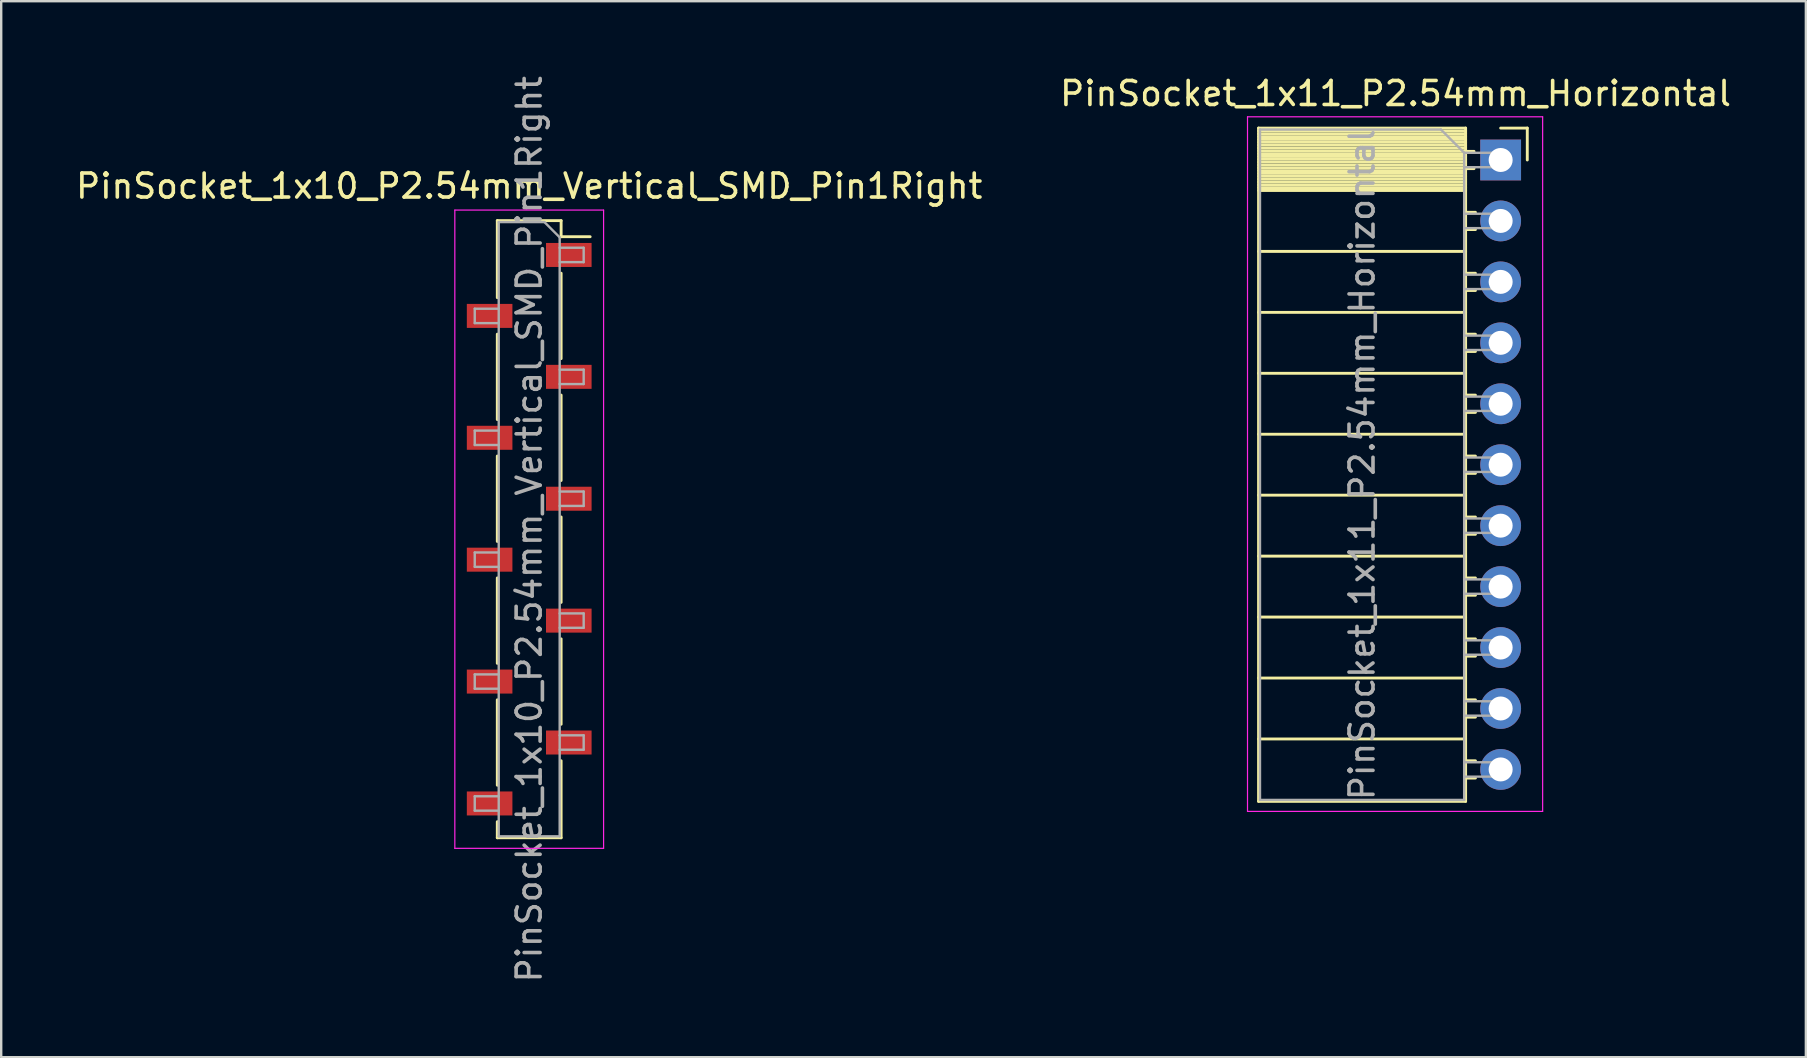
<source format=kicad_pcb>
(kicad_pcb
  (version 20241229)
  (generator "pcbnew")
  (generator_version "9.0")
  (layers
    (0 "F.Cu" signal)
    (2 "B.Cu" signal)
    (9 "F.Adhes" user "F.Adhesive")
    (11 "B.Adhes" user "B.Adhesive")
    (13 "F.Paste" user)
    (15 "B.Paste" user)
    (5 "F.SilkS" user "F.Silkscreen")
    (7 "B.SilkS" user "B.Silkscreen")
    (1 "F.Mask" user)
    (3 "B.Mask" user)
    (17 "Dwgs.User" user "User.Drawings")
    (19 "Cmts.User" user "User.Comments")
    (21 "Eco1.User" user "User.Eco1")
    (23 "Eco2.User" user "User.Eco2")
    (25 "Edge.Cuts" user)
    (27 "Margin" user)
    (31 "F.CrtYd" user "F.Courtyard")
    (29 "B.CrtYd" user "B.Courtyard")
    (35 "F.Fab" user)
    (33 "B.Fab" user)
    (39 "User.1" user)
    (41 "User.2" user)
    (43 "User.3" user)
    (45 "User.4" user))
  (footprint "PinSocket_1x10_P2.54mm_Vertical_SMD_Pin1Right"
    (layer "F.Cu")
    (at 19.006 19.006)
    (property "Reference" "PinSocket_1x10_P2.54mm_Vertical_SMD_Pin1Right" (at 0 -14.3 0) (layer "F.SilkS") (effects (font (size 1 1) (thickness 0.15))))
    (attr smd)
    (fp_line (start -1.33 -12.86) (end -1.33 -9.65) (stroke (width 0.12) (type solid)) (layer "F.SilkS"))
    (fp_line (start -1.33 -12.86) (end 1.33 -12.86) (stroke (width 0.12) (type solid)) (layer "F.SilkS"))
    (fp_line (start -1.33 -8.13) (end -1.33 -4.57) (stroke (width 0.12) (type solid)) (layer "F.SilkS"))
    (fp_line (start -1.33 -3.05) (end -1.33 0.51) (stroke (width 0.12) (type solid)) (layer "F.SilkS"))
    (fp_line (start -1.33 2.03) (end -1.33 5.59) (stroke (width 0.12) (type solid)) (layer "F.SilkS"))
    (fp_line (start -1.33 7.11) (end -1.33 10.67) (stroke (width 0.12) (type solid)) (layer "F.SilkS"))
    (fp_line (start -1.33 12.19) (end -1.33 12.86) (stroke (width 0.12) (type solid)) (layer "F.SilkS"))
    (fp_line (start -1.33 12.86) (end 1.33 12.86) (stroke (width 0.12) (type solid)) (layer "F.SilkS"))
    (fp_line (start 1.33 -12.86) (end 1.33 -12.19) (stroke (width 0.12) (type solid)) (layer "F.SilkS"))
    (fp_line (start 1.33 -12.19) (end 2.54 -12.19) (stroke (width 0.12) (type solid)) (layer "F.SilkS"))
    (fp_line (start 1.33 -10.67) (end 1.33 -7.11) (stroke (width 0.12) (type solid)) (layer "F.SilkS"))
    (fp_line (start 1.33 -5.59) (end 1.33 -2.03) (stroke (width 0.12) (type solid)) (layer "F.SilkS"))
    (fp_line (start 1.33 -0.51) (end 1.33 3.05) (stroke (width 0.12) (type solid)) (layer "F.SilkS"))
    (fp_line (start 1.33 4.57) (end 1.33 8.13) (stroke (width 0.12) (type solid)) (layer "F.SilkS"))
    (fp_line (start 1.33 9.65) (end 1.33 12.86) (stroke (width 0.12) (type solid)) (layer "F.SilkS"))
    (fp_line (start -3.1 -13.3) (end 3.1 -13.3) (stroke (width 0.05) (type solid)) (layer "F.CrtYd"))
    (fp_line (start -3.1 13.3) (end -3.1 -13.3) (stroke (width 0.05) (type solid)) (layer "F.CrtYd"))
    (fp_line (start 3.1 -13.3) (end 3.1 13.3) (stroke (width 0.05) (type solid)) (layer "F.CrtYd"))
    (fp_line (start 3.1 13.3) (end -3.1 13.3) (stroke (width 0.05) (type solid)) (layer "F.CrtYd"))
    (fp_line (start -2.27 -9.19) (end -1.27 -9.19) (stroke (width 0.1) (type solid)) (layer "F.Fab"))
    (fp_line (start -2.27 -8.59) (end -2.27 -9.19) (stroke (width 0.1) (type solid)) (layer "F.Fab"))
    (fp_line (start -2.27 -4.11) (end -1.27 -4.11) (stroke (width 0.1) (type solid)) (layer "F.Fab"))
    (fp_line (start -2.27 -3.51) (end -2.27 -4.11) (stroke (width 0.1) (type solid)) (layer "F.Fab"))
    (fp_line (start -2.27 0.97) (end -1.27 0.97) (stroke (width 0.1) (type solid)) (layer "F.Fab"))
    (fp_line (start -2.27 1.57) (end -2.27 0.97) (stroke (width 0.1) (type solid)) (layer "F.Fab"))
    (fp_line (start -2.27 6.05) (end -1.27 6.05) (stroke (width 0.1) (type solid)) (layer "F.Fab"))
    (fp_line (start -2.27 6.65) (end -2.27 6.05) (stroke (width 0.1) (type solid)) (layer "F.Fab"))
    (fp_line (start -2.27 11.13) (end -1.27 11.13) (stroke (width 0.1) (type solid)) (layer "F.Fab"))
    (fp_line (start -2.27 11.73) (end -2.27 11.13) (stroke (width 0.1) (type solid)) (layer "F.Fab"))
    (fp_line (start -1.27 -12.8) (end 0.635 -12.8) (stroke (width 0.1) (type solid)) (layer "F.Fab"))
    (fp_line (start -1.27 -8.59) (end -2.27 -8.59) (stroke (width 0.1) (type solid)) (layer "F.Fab"))
    (fp_line (start -1.27 -3.51) (end -2.27 -3.51) (stroke (width 0.1) (type solid)) (layer "F.Fab"))
    (fp_line (start -1.27 1.57) (end -2.27 1.57) (stroke (width 0.1) (type solid)) (layer "F.Fab"))
    (fp_line (start -1.27 6.65) (end -2.27 6.65) (stroke (width 0.1) (type solid)) (layer "F.Fab"))
    (fp_line (start -1.27 11.73) (end -2.27 11.73) (stroke (width 0.1) (type solid)) (layer "F.Fab"))
    (fp_line (start -1.27 12.8) (end -1.27 -12.8) (stroke (width 0.1) (type solid)) (layer "F.Fab"))
    (fp_line (start 0.635 -12.8) (end 1.27 -12.165) (stroke (width 0.1) (type solid)) (layer "F.Fab"))
    (fp_line (start 1.27 -12.165) (end 1.27 12.8) (stroke (width 0.1) (type solid)) (layer "F.Fab"))
    (fp_line (start 1.27 -11.73) (end 2.27 -11.73) (stroke (width 0.1) (type solid)) (layer "F.Fab"))
    (fp_line (start 1.27 -6.65) (end 2.27 -6.65) (stroke (width 0.1) (type solid)) (layer "F.Fab"))
    (fp_line (start 1.27 -1.57) (end 2.27 -1.57) (stroke (width 0.1) (type solid)) (layer "F.Fab"))
    (fp_line (start 1.27 3.51) (end 2.27 3.51) (stroke (width 0.1) (type solid)) (layer "F.Fab"))
    (fp_line (start 1.27 8.59) (end 2.27 8.59) (stroke (width 0.1) (type solid)) (layer "F.Fab"))
    (fp_line (start 1.27 12.8) (end -1.27 12.8) (stroke (width 0.1) (type solid)) (layer "F.Fab"))
    (fp_line (start 2.27 -11.73) (end 2.27 -11.13) (stroke (width 0.1) (type solid)) (layer "F.Fab"))
    (fp_line (start 2.27 -11.13) (end 1.27 -11.13) (stroke (width 0.1) (type solid)) (layer "F.Fab"))
    (fp_line (start 2.27 -6.65) (end 2.27 -6.05) (stroke (width 0.1) (type solid)) (layer "F.Fab"))
    (fp_line (start 2.27 -6.05) (end 1.27 -6.05) (stroke (width 0.1) (type solid)) (layer "F.Fab"))
    (fp_line (start 2.27 -1.57) (end 2.27 -0.97) (stroke (width 0.1) (type solid)) (layer "F.Fab"))
    (fp_line (start 2.27 -0.97) (end 1.27 -0.97) (stroke (width 0.1) (type solid)) (layer "F.Fab"))
    (fp_line (start 2.27 3.51) (end 2.27 4.11) (stroke (width 0.1) (type solid)) (layer "F.Fab"))
    (fp_line (start 2.27 4.11) (end 1.27 4.11) (stroke (width 0.1) (type solid)) (layer "F.Fab"))
    (fp_line (start 2.27 8.59) (end 2.27 9.19) (stroke (width 0.1) (type solid)) (layer "F.Fab"))
    (fp_line (start 2.27 9.19) (end 1.27 9.19) (stroke (width 0.1) (type solid)) (layer "F.Fab"))
    (fp_text user "${REFERENCE}" (at 0 0 90) (layer "F.Fab") (effects (font (size 1 1) (thickness 0.15))))
    (pad "1" smd rect (at 1.65 -11.43) (size 1.9 1) (layers "F.Cu" "F.Mask" "F.Paste"))
    (pad "2" smd rect (at -1.65 -8.89) (size 1.9 1) (layers "F.Cu" "F.Mask" "F.Paste"))
    (pad "3" smd rect (at 1.65 -6.35) (size 1.9 1) (layers "F.Cu" "F.Mask" "F.Paste"))
    (pad "4" smd rect (at -1.65 -3.81) (size 1.9 1) (layers "F.Cu" "F.Mask" "F.Paste"))
    (pad "5" smd rect (at 1.65 -1.27) (size 1.9 1) (layers "F.Cu" "F.Mask" "F.Paste"))
    (pad "6" smd rect (at -1.65 1.27) (size 1.9 1) (layers "F.Cu" "F.Mask" "F.Paste"))
    (pad "7" smd rect (at 1.65 3.81) (size 1.9 1) (layers "F.Cu" "F.Mask" "F.Paste"))
    (pad "8" smd rect (at -1.65 6.35) (size 1.9 1) (layers "F.Cu" "F.Mask" "F.Paste"))
    (pad "9" smd rect (at 1.65 8.89) (size 1.9 1) (layers "F.Cu" "F.Mask" "F.Paste"))
    (pad "10" smd rect (at -1.65 11.43) (size 1.9 1) (layers "F.Cu" "F.Mask" "F.Paste")))
  (footprint "PinSocket_1x11_P2.54mm_Horizontal"
    (layer "F.Cu")
    (at 59.493 3.618)
    (property "Reference" "PinSocket_1x11_P2.54mm_Horizontal" (at -4.38 -2.77 0) (layer "F.SilkS") (effects (font (size 1 1) (thickness 0.15))))
    (attr through_hole)
    (fp_line (start -10.09 -1.33) (end -10.09 26.73) (stroke (width 0.12) (type solid)) (layer "F.SilkS"))
    (fp_line (start -10.09 -1.33) (end -1.46 -1.33) (stroke (width 0.12) (type solid)) (layer "F.SilkS"))
    (fp_line (start -10.09 -1.21) (end -1.46 -1.21) (stroke (width 0.12) (type solid)) (layer "F.SilkS"))
    (fp_line (start -10.09 -1.092) (end -1.46 -1.092) (stroke (width 0.12) (type solid)) (layer "F.SilkS"))
    (fp_line (start -10.09 -0.974) (end -1.46 -0.974) (stroke (width 0.12) (type solid)) (layer "F.SilkS"))
    (fp_line (start -10.09 -0.856) (end -1.46 -0.856) (stroke (width 0.12) (type solid)) (layer "F.SilkS"))
    (fp_line (start -10.09 -0.738) (end -1.46 -0.738) (stroke (width 0.12) (type solid)) (layer "F.SilkS"))
    (fp_line (start -10.09 -0.62) (end -1.46 -0.62) (stroke (width 0.12) (type solid)) (layer "F.SilkS"))
    (fp_line (start -10.09 -0.501) (end -1.46 -0.501) (stroke (width 0.12) (type solid)) (layer "F.SilkS"))
    (fp_line (start -10.09 -0.383) (end -1.46 -0.383) (stroke (width 0.12) (type solid)) (layer "F.SilkS"))
    (fp_line (start -10.09 -0.265) (end -1.46 -0.265) (stroke (width 0.12) (type solid)) (layer "F.SilkS"))
    (fp_line (start -10.09 -0.147) (end -1.46 -0.147) (stroke (width 0.12) (type solid)) (layer "F.SilkS"))
    (fp_line (start -10.09 -0.029) (end -1.46 -0.029) (stroke (width 0.12) (type solid)) (layer "F.SilkS"))
    (fp_line (start -10.09 0.089) (end -1.46 0.089) (stroke (width 0.12) (type solid)) (layer "F.SilkS"))
    (fp_line (start -10.09 0.207) (end -1.46 0.207) (stroke (width 0.12) (type solid)) (layer "F.SilkS"))
    (fp_line (start -10.09 0.325) (end -1.46 0.325) (stroke (width 0.12) (type solid)) (layer "F.SilkS"))
    (fp_line (start -10.09 0.443) (end -1.46 0.443) (stroke (width 0.12) (type solid)) (layer "F.SilkS"))
    (fp_line (start -10.09 0.561) (end -1.46 0.561) (stroke (width 0.12) (type solid)) (layer "F.SilkS"))
    (fp_line (start -10.09 0.68) (end -1.46 0.68) (stroke (width 0.12) (type solid)) (layer "F.SilkS"))
    (fp_line (start -10.09 0.798) (end -1.46 0.798) (stroke (width 0.12) (type solid)) (layer "F.SilkS"))
    (fp_line (start -10.09 0.916) (end -1.46 0.916) (stroke (width 0.12) (type solid)) (layer "F.SilkS"))
    (fp_line (start -10.09 1.034) (end -1.46 1.034) (stroke (width 0.12) (type solid)) (layer "F.SilkS"))
    (fp_line (start -10.09 1.152) (end -1.46 1.152) (stroke (width 0.12) (type solid)) (layer "F.SilkS"))
    (fp_line (start -10.09 1.27) (end -1.46 1.27) (stroke (width 0.12) (type solid)) (layer "F.SilkS"))
    (fp_line (start -10.09 3.81) (end -1.46 3.81) (stroke (width 0.12) (type solid)) (layer "F.SilkS"))
    (fp_line (start -10.09 6.35) (end -1.46 6.35) (stroke (width 0.12) (type solid)) (layer "F.SilkS"))
    (fp_line (start -10.09 8.89) (end -1.46 8.89) (stroke (width 0.12) (type solid)) (layer "F.SilkS"))
    (fp_line (start -10.09 11.43) (end -1.46 11.43) (stroke (width 0.12) (type solid)) (layer "F.SilkS"))
    (fp_line (start -10.09 13.97) (end -1.46 13.97) (stroke (width 0.12) (type solid)) (layer "F.SilkS"))
    (fp_line (start -10.09 16.51) (end -1.46 16.51) (stroke (width 0.12) (type solid)) (layer "F.SilkS"))
    (fp_line (start -10.09 19.05) (end -1.46 19.05) (stroke (width 0.12) (type solid)) (layer "F.SilkS"))
    (fp_line (start -10.09 21.59) (end -1.46 21.59) (stroke (width 0.12) (type solid)) (layer "F.SilkS"))
    (fp_line (start -10.09 24.13) (end -1.46 24.13) (stroke (width 0.12) (type solid)) (layer "F.SilkS"))
    (fp_line (start -10.09 26.73) (end -1.46 26.73) (stroke (width 0.12) (type solid)) (layer "F.SilkS"))
    (fp_line (start -1.46 -1.33) (end -1.46 26.73) (stroke (width 0.12) (type solid)) (layer "F.SilkS"))
    (fp_line (start -1.46 -0.36) (end -1.11 -0.36) (stroke (width 0.12) (type solid)) (layer "F.SilkS"))
    (fp_line (start -1.46 0.36) (end -1.11 0.36) (stroke (width 0.12) (type solid)) (layer "F.SilkS"))
    (fp_line (start -1.46 2.18) (end -1.05 2.18) (stroke (width 0.12) (type solid)) (layer "F.SilkS"))
    (fp_line (start -1.46 2.9) (end -1.05 2.9) (stroke (width 0.12) (type solid)) (layer "F.SilkS"))
    (fp_line (start -1.46 4.72) (end -1.05 4.72) (stroke (width 0.12) (type solid)) (layer "F.SilkS"))
    (fp_line (start -1.46 5.44) (end -1.05 5.44) (stroke (width 0.12) (type solid)) (layer "F.SilkS"))
    (fp_line (start -1.46 7.26) (end -1.05 7.26) (stroke (width 0.12) (type solid)) (layer "F.SilkS"))
    (fp_line (start -1.46 7.98) (end -1.05 7.98) (stroke (width 0.12) (type solid)) (layer "F.SilkS"))
    (fp_line (start -1.46 9.8) (end -1.05 9.8) (stroke (width 0.12) (type solid)) (layer "F.SilkS"))
    (fp_line (start -1.46 10.52) (end -1.05 10.52) (stroke (width 0.12) (type solid)) (layer "F.SilkS"))
    (fp_line (start -1.46 12.34) (end -1.05 12.34) (stroke (width 0.12) (type solid)) (layer "F.SilkS"))
    (fp_line (start -1.46 13.06) (end -1.05 13.06) (stroke (width 0.12) (type solid)) (layer "F.SilkS"))
    (fp_line (start -1.46 14.88) (end -1.05 14.88) (stroke (width 0.12) (type solid)) (layer "F.SilkS"))
    (fp_line (start -1.46 15.6) (end -1.05 15.6) (stroke (width 0.12) (type solid)) (layer "F.SilkS"))
    (fp_line (start -1.46 17.42) (end -1.05 17.42) (stroke (width 0.12) (type solid)) (layer "F.SilkS"))
    (fp_line (start -1.46 18.14) (end -1.05 18.14) (stroke (width 0.12) (type solid)) (layer "F.SilkS"))
    (fp_line (start -1.46 19.96) (end -1.05 19.96) (stroke (width 0.12) (type solid)) (layer "F.SilkS"))
    (fp_line (start -1.46 20.68) (end -1.05 20.68) (stroke (width 0.12) (type solid)) (layer "F.SilkS"))
    (fp_line (start -1.46 22.5) (end -1.05 22.5) (stroke (width 0.12) (type solid)) (layer "F.SilkS"))
    (fp_line (start -1.46 23.22) (end -1.05 23.22) (stroke (width 0.12) (type solid)) (layer "F.SilkS"))
    (fp_line (start -1.46 25.04) (end -1.05 25.04) (stroke (width 0.12) (type solid)) (layer "F.SilkS"))
    (fp_line (start -1.46 25.76) (end -1.05 25.76) (stroke (width 0.12) (type solid)) (layer "F.SilkS"))
    (fp_line (start 0 -1.33) (end 1.11 -1.33) (stroke (width 0.12) (type solid)) (layer "F.SilkS"))
    (fp_line (start 1.11 -1.33) (end 1.11 0) (stroke (width 0.12) (type solid)) (layer "F.SilkS"))
    (fp_line (start -10.55 -1.8) (end -10.55 27.15) (stroke (width 0.05) (type solid)) (layer "F.CrtYd"))
    (fp_line (start -10.55 27.15) (end 1.75 27.15) (stroke (width 0.05) (type solid)) (layer "F.CrtYd"))
    (fp_line (start 1.75 -1.8) (end -10.55 -1.8) (stroke (width 0.05) (type solid)) (layer "F.CrtYd"))
    (fp_line (start 1.75 27.15) (end 1.75 -1.8) (stroke (width 0.05) (type solid)) (layer "F.CrtYd"))
    (fp_line (start -10.03 -1.27) (end -2.49 -1.27) (stroke (width 0.1) (type solid)) (layer "F.Fab"))
    (fp_line (start -10.03 26.67) (end -10.03 -1.27) (stroke (width 0.1) (type solid)) (layer "F.Fab"))
    (fp_line (start -2.49 -1.27) (end -1.52 -0.3) (stroke (width 0.1) (type solid)) (layer "F.Fab"))
    (fp_line (start -1.52 -0.3) (end -1.52 26.67) (stroke (width 0.1) (type solid)) (layer "F.Fab"))
    (fp_line (start -1.52 0.3) (end 0 0.3) (stroke (width 0.1) (type solid)) (layer "F.Fab"))
    (fp_line (start -1.52 2.84) (end 0 2.84) (stroke (width 0.1) (type solid)) (layer "F.Fab"))
    (fp_line (start -1.52 5.38) (end 0 5.38) (stroke (width 0.1) (type solid)) (layer "F.Fab"))
    (fp_line (start -1.52 7.92) (end 0 7.92) (stroke (width 0.1) (type solid)) (layer "F.Fab"))
    (fp_line (start -1.52 10.46) (end 0 10.46) (stroke (width 0.1) (type solid)) (layer "F.Fab"))
    (fp_line (start -1.52 13) (end 0 13) (stroke (width 0.1) (type solid)) (layer "F.Fab"))
    (fp_line (start -1.52 15.54) (end 0 15.54) (stroke (width 0.1) (type solid)) (layer "F.Fab"))
    (fp_line (start -1.52 18.08) (end 0 18.08) (stroke (width 0.1) (type solid)) (layer "F.Fab"))
    (fp_line (start -1.52 20.62) (end 0 20.62) (stroke (width 0.1) (type solid)) (layer "F.Fab"))
    (fp_line (start -1.52 23.16) (end 0 23.16) (stroke (width 0.1) (type solid)) (layer "F.Fab"))
    (fp_line (start -1.52 25.7) (end 0 25.7) (stroke (width 0.1) (type solid)) (layer "F.Fab"))
    (fp_line (start -1.52 26.67) (end -10.03 26.67) (stroke (width 0.1) (type solid)) (layer "F.Fab"))
    (fp_line (start 0 -0.3) (end -1.52 -0.3) (stroke (width 0.1) (type solid)) (layer "F.Fab"))
    (fp_line (start 0 0.3) (end 0 -0.3) (stroke (width 0.1) (type solid)) (layer "F.Fab"))
    (fp_line (start 0 2.24) (end -1.52 2.24) (stroke (width 0.1) (type solid)) (layer "F.Fab"))
    (fp_line (start 0 2.84) (end 0 2.24) (stroke (width 0.1) (type solid)) (layer "F.Fab"))
    (fp_line (start 0 4.78) (end -1.52 4.78) (stroke (width 0.1) (type solid)) (layer "F.Fab"))
    (fp_line (start 0 5.38) (end 0 4.78) (stroke (width 0.1) (type solid)) (layer "F.Fab"))
    (fp_line (start 0 7.32) (end -1.52 7.32) (stroke (width 0.1) (type solid)) (layer "F.Fab"))
    (fp_line (start 0 7.92) (end 0 7.32) (stroke (width 0.1) (type solid)) (layer "F.Fab"))
    (fp_line (start 0 9.86) (end -1.52 9.86) (stroke (width 0.1) (type solid)) (layer "F.Fab"))
    (fp_line (start 0 10.46) (end 0 9.86) (stroke (width 0.1) (type solid)) (layer "F.Fab"))
    (fp_line (start 0 12.4) (end -1.52 12.4) (stroke (width 0.1) (type solid)) (layer "F.Fab"))
    (fp_line (start 0 13) (end 0 12.4) (stroke (width 0.1) (type solid)) (layer "F.Fab"))
    (fp_line (start 0 14.94) (end -1.52 14.94) (stroke (width 0.1) (type solid)) (layer "F.Fab"))
    (fp_line (start 0 15.54) (end 0 14.94) (stroke (width 0.1) (type solid)) (layer "F.Fab"))
    (fp_line (start 0 17.48) (end -1.52 17.48) (stroke (width 0.1) (type solid)) (layer "F.Fab"))
    (fp_line (start 0 18.08) (end 0 17.48) (stroke (width 0.1) (type solid)) (layer "F.Fab"))
    (fp_line (start 0 20.02) (end -1.52 20.02) (stroke (width 0.1) (type solid)) (layer "F.Fab"))
    (fp_line (start 0 20.62) (end 0 20.02) (stroke (width 0.1) (type solid)) (layer "F.Fab"))
    (fp_line (start 0 22.56) (end -1.52 22.56) (stroke (width 0.1) (type solid)) (layer "F.Fab"))
    (fp_line (start 0 23.16) (end 0 22.56) (stroke (width 0.1) (type solid)) (layer "F.Fab"))
    (fp_line (start 0 25.1) (end -1.52 25.1) (stroke (width 0.1) (type solid)) (layer "F.Fab"))
    (fp_line (start 0 25.7) (end 0 25.1) (stroke (width 0.1) (type solid)) (layer "F.Fab"))
    (fp_text user "${REFERENCE}" (at -5.775 12.7 90) (layer "F.Fab") (effects (font (size 1 1) (thickness 0.15))))
    (pad "1" thru_hole rect (at 0 0) (size 1.7 1.7) (drill 1) (layers "*.Cu" "*.Mask"))
    (pad "2" thru_hole oval (at 0 2.54) (size 1.7 1.7) (drill 1) (layers "*.Cu" "*.Mask"))
    (pad "3" thru_hole oval (at 0 5.08) (size 1.7 1.7) (drill 1) (layers "*.Cu" "*.Mask"))
    (pad "4" thru_hole oval (at 0 7.62) (size 1.7 1.7) (drill 1) (layers "*.Cu" "*.Mask"))
    (pad "5" thru_hole oval (at 0 10.16) (size 1.7 1.7) (drill 1) (layers "*.Cu" "*.Mask"))
    (pad "6" thru_hole oval (at 0 12.7) (size 1.7 1.7) (drill 1) (layers "*.Cu" "*.Mask"))
    (pad "7" thru_hole oval (at 0 15.24) (size 1.7 1.7) (drill 1) (layers "*.Cu" "*.Mask"))
    (pad "8" thru_hole oval (at 0 17.78) (size 1.7 1.7) (drill 1) (layers "*.Cu" "*.Mask"))
    (pad "9" thru_hole oval (at 0 20.32) (size 1.7 1.7) (drill 1) (layers "*.Cu" "*.Mask"))
    (pad "10" thru_hole oval (at 0 22.86) (size 1.7 1.7) (drill 1) (layers "*.Cu" "*.Mask"))
    (pad "11" thru_hole oval (at 0 25.4) (size 1.7 1.7) (drill 1) (layers "*.Cu" "*.Mask")))
  (gr_rect
    (start -3 -3)
    (end 72.214 41.012)
    (stroke (width 0.1) (type default))
    (fill no)
    (layer "Edge.Cuts")))
</source>
